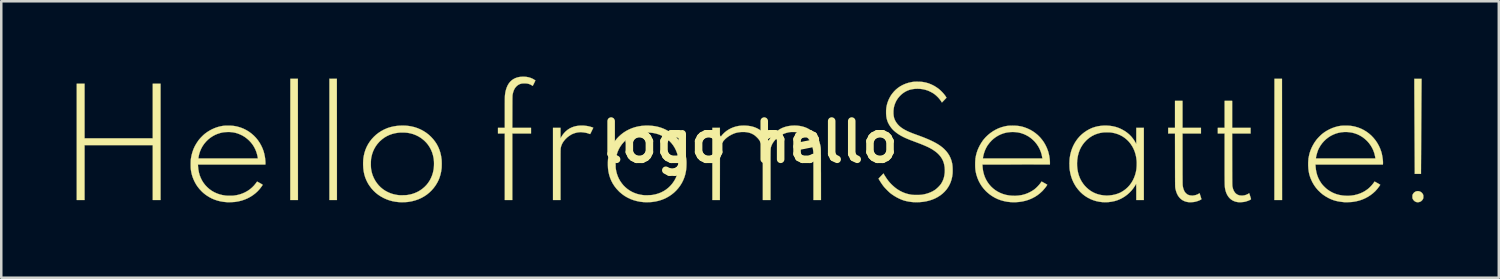
<source format=kicad_pcb>
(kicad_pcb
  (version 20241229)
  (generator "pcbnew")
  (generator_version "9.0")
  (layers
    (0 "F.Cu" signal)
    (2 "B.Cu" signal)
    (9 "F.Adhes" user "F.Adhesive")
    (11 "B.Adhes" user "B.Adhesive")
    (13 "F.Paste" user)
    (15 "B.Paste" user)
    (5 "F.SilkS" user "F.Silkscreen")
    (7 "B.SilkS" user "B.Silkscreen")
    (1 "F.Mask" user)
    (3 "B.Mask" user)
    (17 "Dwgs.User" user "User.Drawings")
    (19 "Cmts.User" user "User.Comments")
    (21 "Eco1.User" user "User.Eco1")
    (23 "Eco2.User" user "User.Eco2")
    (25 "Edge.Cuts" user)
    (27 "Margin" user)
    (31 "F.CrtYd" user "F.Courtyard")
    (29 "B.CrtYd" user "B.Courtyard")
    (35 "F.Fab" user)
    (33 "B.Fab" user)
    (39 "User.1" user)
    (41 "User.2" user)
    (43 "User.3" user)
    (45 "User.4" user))
  (footprint "logo hello"
    (layer "F.Cu")
    (at 26.794 2.603)
    (property "Reference" "logo hello" (at 0 0 0) (layer "F.SilkS") (effects (font (size 1.524 1.524) (thickness 0.3))))
    (attr through_hole)
    (fp_poly (pts (xy 21.195 2.309) (xy 20.89 2.309) (xy 20.893 -2.515) (xy 21.192 -2.515) (xy 21.195 2.309)) (stroke (width 0.01) (type solid)) (fill yes) (layer "F.SilkS"))
    (fp_poly (pts (xy -17.983 2.309) (xy -18.288 2.309) (xy -18.287 -0.103) (xy -18.285 -2.515) (xy -17.986 -2.515) (xy -17.983 2.309)) (stroke (width 0.01) (type solid)) (fill yes) (layer "F.SilkS"))
    (fp_poly (pts (xy -16.582 -2.516) (xy -16.434 -2.515) (xy -16.432 -0.103) (xy -16.431 2.309) (xy -16.73 2.309) (xy -16.73 -2.518) (xy -16.582 -2.516)) (stroke (width 0.01) (type solid)) (fill yes) (layer "F.SilkS"))
    (fp_poly (pts (xy -26.478 -0.147) (xy -23.763 -0.147) (xy -23.763 -2.32) (xy -23.453 -2.32) (xy -23.453 2.309) (xy -23.763 2.309) (xy -23.763 0.124) (xy -26.478 0.124) (xy -26.478 2.309) (xy -26.789 2.309) (xy -26.789 -2.32) (xy -26.478 -2.32) (xy -26.478 -0.147)) (stroke (width 0.01) (type solid)) (fill yes) (layer "F.SilkS"))
    (fp_poly (pts (xy 26.624 1.956) (xy 26.666 1.965) (xy 26.707 1.982) (xy 26.745 2.007) (xy 26.777 2.041) (xy 26.801 2.078) (xy 26.809 2.095) (xy 26.815 2.108) (xy 26.818 2.122) (xy 26.819 2.139) (xy 26.819 2.164) (xy 26.819 2.176) (xy 26.819 2.204) (xy 26.818 2.224) (xy 26.816 2.24) (xy 26.811 2.253) (xy 26.804 2.268) (xy 26.803 2.272) (xy 26.775 2.314) (xy 26.741 2.349) (xy 26.701 2.374) (xy 26.656 2.39) (xy 26.619 2.396) (xy 26.594 2.396) (xy 26.571 2.396) (xy 26.553 2.393) (xy 26.512 2.379) (xy 26.472 2.355) (xy 26.438 2.324) (xy 26.41 2.287) (xy 26.402 2.272) (xy 26.394 2.256) (xy 26.389 2.242) (xy 26.387 2.227) (xy 26.385 2.208) (xy 26.385 2.181) (xy 26.385 2.176) (xy 26.385 2.148) (xy 26.386 2.127) (xy 26.389 2.112) (xy 26.393 2.098) (xy 26.4 2.083) (xy 26.401 2.081) (xy 26.427 2.039) (xy 26.459 2.006) (xy 26.497 1.981) (xy 26.537 1.964) (xy 26.58 1.956) (xy 26.624 1.956)) (stroke (width 0.01) (type solid)) (fill yes) (layer "F.SilkS"))
    (fp_poly (pts (xy 26.746 -2.152) (xy 26.746 -2.113) (xy 26.745 -2.065) (xy 26.745 -2.007) (xy 26.744 -1.94) (xy 26.744 -1.866) (xy 26.743 -1.784) (xy 26.743 -1.696) (xy 26.742 -1.601) (xy 26.741 -1.501) (xy 26.741 -1.395) (xy 26.74 -1.286) (xy 26.739 -1.172) (xy 26.739 -1.056) (xy 26.738 -0.936) (xy 26.737 -0.815) (xy 26.736 -0.692) (xy 26.736 -0.569) (xy 26.735 -0.445) (xy 26.734 -0.322) (xy 26.733 -0.199) (xy 26.733 -0.079) (xy 26.732 0.04) (xy 26.731 0.156) (xy 26.731 0.268) (xy 26.73 0.376) (xy 26.73 0.48) (xy 26.729 0.579) (xy 26.729 0.672) (xy 26.728 0.758) (xy 26.728 0.837) (xy 26.727 0.909) (xy 26.727 0.973) (xy 26.727 1.027) (xy 26.727 1.073) (xy 26.726 1.108) (xy 26.726 1.133) (xy 26.726 1.136) (xy 26.726 1.27) (xy 26.478 1.27) (xy 26.478 1.127) (xy 26.478 1.109) (xy 26.478 1.08) (xy 26.478 1.041) (xy 26.477 0.992) (xy 26.477 0.934) (xy 26.477 0.867) (xy 26.476 0.792) (xy 26.476 0.71) (xy 26.476 0.62) (xy 26.475 0.525) (xy 26.475 0.423) (xy 26.474 0.316) (xy 26.473 0.204) (xy 26.473 0.087) (xy 26.472 -0.033) (xy 26.471 -0.157) (xy 26.471 -0.283) (xy 26.47 -0.411) (xy 26.47 -0.468) (xy 26.469 -0.6) (xy 26.468 -0.731) (xy 26.467 -0.86) (xy 26.467 -0.987) (xy 26.466 -1.112) (xy 26.466 -1.233) (xy 26.465 -1.35) (xy 26.464 -1.463) (xy 26.464 -1.571) (xy 26.463 -1.673) (xy 26.463 -1.769) (xy 26.463 -1.858) (xy 26.462 -1.94) (xy 26.462 -2.013) (xy 26.462 -2.078) (xy 26.461 -2.133) (xy 26.461 -2.179) (xy 26.461 -2.214) (xy 26.461 -2.22) (xy 26.461 -2.517) (xy 26.749 -2.517) (xy 26.746 -2.152)) (stroke (width 0.01) (type solid)) (fill yes) (layer "F.SilkS"))
    (fp_poly (pts (xy -6.604 -0.652) (xy -6.494 -0.64) (xy -6.457 -0.634) (xy -6.426 -0.628) (xy -6.39 -0.62) (xy -6.351 -0.61) (xy -6.314 -0.599) (xy -6.281 -0.589) (xy -6.255 -0.58) (xy -6.25 -0.578) (xy -6.226 -0.567) (xy -6.286 -0.442) (xy -6.303 -0.407) (xy -6.318 -0.376) (xy -6.332 -0.35) (xy -6.342 -0.331) (xy -6.349 -0.319) (xy -6.352 -0.316) (xy -6.36 -0.318) (xy -6.375 -0.323) (xy -6.393 -0.33) (xy -6.46 -0.353) (xy -6.534 -0.37) (xy -6.612 -0.382) (xy -6.691 -0.389) (xy -6.768 -0.389) (xy -6.839 -0.383) (xy -6.852 -0.381) (xy -6.893 -0.372) (xy -6.94 -0.36) (xy -6.987 -0.345) (xy -7.033 -0.328) (xy -7.072 -0.311) (xy -7.077 -0.308) (xy -7.112 -0.289) (xy -7.152 -0.264) (xy -7.193 -0.236) (xy -7.232 -0.208) (xy -7.265 -0.181) (xy -7.273 -0.174) (xy -7.341 -0.107) (xy -7.398 -0.038) (xy -7.445 0.032) (xy -7.481 0.105) (xy -7.508 0.181) (xy -7.518 0.225) (xy -7.52 0.232) (xy -7.521 0.239) (xy -7.522 0.247) (xy -7.523 0.256) (xy -7.524 0.266) (xy -7.525 0.279) (xy -7.526 0.294) (xy -7.526 0.313) (xy -7.527 0.335) (xy -7.528 0.361) (xy -7.528 0.392) (xy -7.528 0.429) (xy -7.529 0.471) (xy -7.529 0.519) (xy -7.529 0.574) (xy -7.529 0.636) (xy -7.529 0.706) (xy -7.53 0.784) (xy -7.53 0.871) (xy -7.53 0.968) (xy -7.53 1.074) (xy -7.53 1.191) (xy -7.53 1.295) (xy -7.53 2.309) (xy -7.829 2.309) (xy -7.829 -0.564) (xy -7.53 -0.564) (xy -7.53 -0.354) (xy -7.53 -0.144) (xy -7.507 -0.185) (xy -7.454 -0.271) (xy -7.393 -0.35) (xy -7.326 -0.42) (xy -7.252 -0.482) (xy -7.172 -0.535) (xy -7.087 -0.578) (xy -6.996 -0.611) (xy -6.915 -0.632) (xy -6.813 -0.648) (xy -6.71 -0.654) (xy -6.604 -0.652)) (stroke (width 0.01) (type solid)) (fill yes) (layer "F.SilkS"))
    (fp_poly (pts (xy -8.946 -2.597) (xy -8.904 -2.594) (xy -8.879 -2.591) (xy -8.788 -2.573) (xy -8.704 -2.546) (xy -8.626 -2.511) (xy -8.577 -2.481) (xy -8.53 -2.45) (xy -8.581 -2.342) (xy -8.597 -2.311) (xy -8.611 -2.283) (xy -8.623 -2.26) (xy -8.631 -2.244) (xy -8.636 -2.236) (xy -8.637 -2.235) (xy -8.643 -2.238) (xy -8.656 -2.246) (xy -8.672 -2.257) (xy -8.673 -2.257) (xy -8.723 -2.285) (xy -8.779 -2.308) (xy -8.827 -2.321) (xy -8.864 -2.328) (xy -8.909 -2.332) (xy -8.957 -2.334) (xy -9.005 -2.333) (xy -9.051 -2.33) (xy -9.089 -2.324) (xy -9.101 -2.321) (xy -9.163 -2.3) (xy -9.216 -2.271) (xy -9.265 -2.234) (xy -9.272 -2.228) (xy -9.311 -2.186) (xy -9.345 -2.141) (xy -9.374 -2.09) (xy -9.398 -2.032) (xy -9.419 -1.966) (xy -9.436 -1.892) (xy -9.437 -1.884) (xy -9.439 -1.874) (xy -9.44 -1.863) (xy -9.441 -1.85) (xy -9.442 -1.833) (xy -9.443 -1.813) (xy -9.443 -1.789) (xy -9.444 -1.759) (xy -9.445 -1.724) (xy -9.445 -1.683) (xy -9.446 -1.634) (xy -9.446 -1.578) (xy -9.446 -1.514) (xy -9.447 -1.441) (xy -9.447 -1.358) (xy -9.447 -1.266) (xy -9.447 -1.204) (xy -9.449 -0.564) (xy -8.704 -0.564) (xy -8.704 -0.339) (xy -9.449 -0.339) (xy -9.449 2.309) (xy -9.748 2.309) (xy -9.748 -0.339) (xy -10.019 -0.339) (xy -10.019 -0.564) (xy -9.748 -0.564) (xy -9.748 -1.184) (xy -9.748 -1.284) (xy -9.748 -1.374) (xy -9.748 -1.453) (xy -9.748 -1.524) (xy -9.747 -1.586) (xy -9.747 -1.639) (xy -9.747 -1.686) (xy -9.746 -1.726) (xy -9.745 -1.761) (xy -9.745 -1.79) (xy -9.744 -1.814) (xy -9.743 -1.835) (xy -9.742 -1.853) (xy -9.74 -1.868) (xy -9.739 -1.88) (xy -9.723 -1.988) (xy -9.699 -2.087) (xy -9.668 -2.178) (xy -9.631 -2.26) (xy -9.586 -2.333) (xy -9.534 -2.398) (xy -9.475 -2.454) (xy -9.409 -2.501) (xy -9.336 -2.539) (xy -9.257 -2.568) (xy -9.17 -2.588) (xy -9.169 -2.588) (xy -9.134 -2.593) (xy -9.091 -2.596) (xy -9.043 -2.598) (xy -8.994 -2.598) (xy -8.946 -2.597)) (stroke (width 0.01) (type solid)) (fill yes) (layer "F.SilkS"))
    (fp_poly (pts (xy 17.232 -0.564) (xy 17.966 -0.564) (xy 17.966 -0.339) (xy 17.232 -0.339) (xy 17.232 0.666) (xy 17.233 0.813) (xy 17.233 0.95) (xy 17.233 1.074) (xy 17.233 1.188) (xy 17.233 1.291) (xy 17.234 1.383) (xy 17.234 1.463) (xy 17.235 1.533) (xy 17.235 1.592) (xy 17.236 1.641) (xy 17.237 1.679) (xy 17.237 1.706) (xy 17.238 1.723) (xy 17.239 1.725) (xy 17.251 1.802) (xy 17.271 1.874) (xy 17.297 1.938) (xy 17.298 1.942) (xy 17.314 1.972) (xy 17.331 1.997) (xy 17.35 2.02) (xy 17.367 2.038) (xy 17.398 2.066) (xy 17.428 2.088) (xy 17.46 2.104) (xy 17.498 2.117) (xy 17.52 2.123) (xy 17.578 2.132) (xy 17.639 2.133) (xy 17.703 2.125) (xy 17.765 2.11) (xy 17.825 2.088) (xy 17.879 2.059) (xy 17.888 2.053) (xy 17.901 2.045) (xy 17.91 2.042) (xy 17.912 2.042) (xy 17.914 2.048) (xy 17.919 2.064) (xy 17.926 2.086) (xy 17.935 2.113) (xy 17.944 2.143) (xy 17.954 2.174) (xy 17.963 2.204) (xy 17.972 2.231) (xy 17.979 2.254) (xy 17.983 2.269) (xy 17.985 2.277) (xy 17.985 2.277) (xy 17.981 2.281) (xy 17.969 2.29) (xy 17.951 2.3) (xy 17.941 2.306) (xy 17.907 2.322) (xy 17.866 2.339) (xy 17.821 2.355) (xy 17.774 2.369) (xy 17.729 2.38) (xy 17.704 2.385) (xy 17.668 2.39) (xy 17.627 2.393) (xy 17.581 2.396) (xy 17.537 2.396) (xy 17.496 2.396) (xy 17.462 2.393) (xy 17.458 2.393) (xy 17.379 2.378) (xy 17.305 2.353) (xy 17.237 2.319) (xy 17.174 2.276) (xy 17.119 2.223) (xy 17.086 2.183) (xy 17.043 2.119) (xy 17.008 2.047) (xy 16.978 1.965) (xy 16.954 1.875) (xy 16.949 1.849) (xy 16.947 1.841) (xy 16.946 1.833) (xy 16.945 1.826) (xy 16.944 1.817) (xy 16.943 1.807) (xy 16.942 1.795) (xy 16.941 1.78) (xy 16.94 1.763) (xy 16.94 1.742) (xy 16.939 1.718) (xy 16.938 1.689) (xy 16.938 1.655) (xy 16.938 1.615) (xy 16.937 1.57) (xy 16.937 1.519) (xy 16.937 1.46) (xy 16.936 1.394) (xy 16.936 1.32) (xy 16.936 1.238) (xy 16.936 1.146) (xy 16.935 1.046) (xy 16.935 0.935) (xy 16.935 0.814) (xy 16.935 0.724) (xy 16.933 -0.339) (xy 16.662 -0.339) (xy 16.662 -0.564) (xy 16.933 -0.564) (xy 16.933 -1.637) (xy 17.232 -1.637) (xy 17.232 -0.564)) (stroke (width 0.01) (type solid)) (fill yes) (layer "F.SilkS"))
    (fp_poly (pts (xy 19.208 -0.564) (xy 19.942 -0.564) (xy 19.942 -0.339) (xy 19.208 -0.339) (xy 19.209 0.696) (xy 19.21 0.823) (xy 19.21 0.94) (xy 19.21 1.046) (xy 19.21 1.143) (xy 19.211 1.23) (xy 19.211 1.309) (xy 19.211 1.379) (xy 19.211 1.441) (xy 19.212 1.497) (xy 19.212 1.545) (xy 19.212 1.587) (xy 19.213 1.624) (xy 19.213 1.655) (xy 19.214 1.681) (xy 19.215 1.704) (xy 19.215 1.722) (xy 19.216 1.737) (xy 19.217 1.749) (xy 19.218 1.76) (xy 19.219 1.768) (xy 19.22 1.775) (xy 19.221 1.779) (xy 19.239 1.852) (xy 19.261 1.915) (xy 19.289 1.969) (xy 19.322 2.016) (xy 19.333 2.029) (xy 19.374 2.067) (xy 19.42 2.096) (xy 19.472 2.117) (xy 19.473 2.118) (xy 19.492 2.123) (xy 19.51 2.127) (xy 19.529 2.129) (xy 19.552 2.13) (xy 19.583 2.13) (xy 19.598 2.13) (xy 19.632 2.13) (xy 19.658 2.129) (xy 19.68 2.126) (xy 19.699 2.123) (xy 19.72 2.117) (xy 19.729 2.115) (xy 19.772 2.1) (xy 19.812 2.083) (xy 19.846 2.065) (xy 19.867 2.051) (xy 19.878 2.044) (xy 19.886 2.041) (xy 19.887 2.042) (xy 19.89 2.049) (xy 19.895 2.064) (xy 19.902 2.086) (xy 19.911 2.114) (xy 19.921 2.144) (xy 19.93 2.175) (xy 19.94 2.204) (xy 19.948 2.231) (xy 19.954 2.252) (xy 19.958 2.266) (xy 19.96 2.271) (xy 19.956 2.28) (xy 19.943 2.291) (xy 19.921 2.304) (xy 19.894 2.317) (xy 19.861 2.332) (xy 19.825 2.345) (xy 19.787 2.358) (xy 19.748 2.37) (xy 19.71 2.379) (xy 19.682 2.385) (xy 19.645 2.389) (xy 19.602 2.393) (xy 19.556 2.396) (xy 19.511 2.396) (xy 19.47 2.396) (xy 19.436 2.393) (xy 19.434 2.393) (xy 19.355 2.378) (xy 19.281 2.353) (xy 19.213 2.319) (xy 19.151 2.276) (xy 19.096 2.224) (xy 19.047 2.163) (xy 19.006 2.094) (xy 18.971 2.018) (xy 18.945 1.933) (xy 18.932 1.877) (xy 18.929 1.862) (xy 18.926 1.848) (xy 18.924 1.834) (xy 18.922 1.819) (xy 18.92 1.803) (xy 18.918 1.786) (xy 18.917 1.766) (xy 18.916 1.743) (xy 18.914 1.717) (xy 18.913 1.688) (xy 18.912 1.654) (xy 18.912 1.615) (xy 18.911 1.571) (xy 18.91 1.521) (xy 18.91 1.465) (xy 18.91 1.401) (xy 18.909 1.33) (xy 18.909 1.252) (xy 18.909 1.164) (xy 18.909 1.068) (xy 18.909 0.962) (xy 18.909 0.846) (xy 18.909 0.719) (xy 18.909 -0.339) (xy 18.638 -0.339) (xy 18.638 -0.564) (xy 18.909 -0.564) (xy 18.909 -1.637) (xy 19.208 -1.637) (xy 19.208 -0.564)) (stroke (width 0.01) (type solid)) (fill yes) (layer "F.SilkS"))
    (fp_poly (pts (xy 14.336 -0.645) (xy 14.455 -0.627) (xy 14.563 -0.602) (xy 14.623 -0.584) (xy 14.679 -0.564) (xy 14.735 -0.541) (xy 14.796 -0.512) (xy 14.817 -0.502) (xy 14.923 -0.442) (xy 15.021 -0.375) (xy 15.11 -0.301) (xy 15.191 -0.219) (xy 15.264 -0.129) (xy 15.33 -0.031) (xy 15.363 0.028) (xy 15.392 0.082) (xy 15.392 -0.241) (xy 15.392 -0.564) (xy 15.692 -0.564) (xy 15.692 2.309) (xy 15.392 2.309) (xy 15.392 1.983) (xy 15.392 1.909) (xy 15.392 1.845) (xy 15.391 1.79) (xy 15.39 1.744) (xy 15.39 1.709) (xy 15.389 1.683) (xy 15.388 1.669) (xy 15.386 1.665) (xy 15.386 1.665) (xy 15.382 1.673) (xy 15.372 1.688) (xy 15.36 1.709) (xy 15.345 1.733) (xy 15.344 1.736) (xy 15.278 1.836) (xy 15.203 1.93) (xy 15.121 2.016) (xy 15.032 2.095) (xy 14.937 2.166) (xy 14.836 2.228) (xy 14.731 2.281) (xy 14.622 2.324) (xy 14.532 2.351) (xy 14.406 2.377) (xy 14.282 2.393) (xy 14.156 2.398) (xy 14.035 2.393) (xy 13.91 2.377) (xy 13.788 2.351) (xy 13.671 2.314) (xy 13.558 2.268) (xy 13.45 2.211) (xy 13.348 2.146) (xy 13.251 2.071) (xy 13.161 1.987) (xy 13.078 1.894) (xy 13.001 1.794) (xy 12.952 1.717) (xy 12.892 1.608) (xy 12.842 1.496) (xy 12.801 1.379) (xy 12.768 1.256) (xy 12.745 1.126) (xy 12.741 1.103) (xy 12.737 1.064) (xy 12.734 1.016) (xy 12.732 0.962) (xy 12.731 0.905) (xy 12.731 0.845) (xy 12.731 0.839) (xy 13.034 0.839) (xy 13.036 0.96) (xy 13.048 1.08) (xy 13.069 1.197) (xy 13.099 1.31) (xy 13.139 1.418) (xy 13.165 1.476) (xy 13.216 1.57) (xy 13.274 1.657) (xy 13.339 1.739) (xy 13.409 1.812) (xy 13.492 1.885) (xy 13.579 1.949) (xy 13.67 2.002) (xy 13.767 2.047) (xy 13.87 2.082) (xy 13.978 2.108) (xy 14.093 2.125) (xy 14.21 2.133) (xy 14.224 2.133) (xy 14.246 2.132) (xy 14.274 2.13) (xy 14.305 2.128) (xy 14.311 2.128) (xy 14.427 2.115) (xy 14.537 2.093) (xy 14.64 2.062) (xy 14.738 2.023) (xy 14.788 1.998) (xy 14.884 1.94) (xy 14.972 1.874) (xy 15.054 1.8) (xy 15.128 1.718) (xy 15.194 1.628) (xy 15.252 1.532) (xy 15.301 1.429) (xy 15.342 1.32) (xy 15.374 1.205) (xy 15.393 1.108) (xy 15.399 1.062) (xy 15.403 1.008) (xy 15.407 0.949) (xy 15.408 0.888) (xy 15.409 0.829) (xy 15.407 0.774) (xy 15.404 0.731) (xy 15.388 0.606) (xy 15.362 0.488) (xy 15.327 0.376) (xy 15.283 0.271) (xy 15.238 0.184) (xy 15.175 0.087) (xy 15.105 -0.003) (xy 15.027 -0.083) (xy 14.943 -0.154) (xy 14.853 -0.217) (xy 14.756 -0.27) (xy 14.653 -0.314) (xy 14.545 -0.348) (xy 14.43 -0.372) (xy 14.388 -0.379) (xy 14.357 -0.382) (xy 14.318 -0.384) (xy 14.273 -0.385) (xy 14.225 -0.386) (xy 14.178 -0.385) (xy 14.132 -0.384) (xy 14.093 -0.382) (xy 14.061 -0.379) (xy 14.06 -0.379) (xy 13.945 -0.359) (xy 13.836 -0.329) (xy 13.732 -0.29) (xy 13.634 -0.24) (xy 13.541 -0.181) (xy 13.454 -0.113) (xy 13.394 -0.057) (xy 13.316 0.028) (xy 13.249 0.118) (xy 13.19 0.214) (xy 13.141 0.315) (xy 13.101 0.423) (xy 13.07 0.538) (xy 13.059 0.595) (xy 13.041 0.717) (xy 13.034 0.839) (xy 12.731 0.839) (xy 12.732 0.787) (xy 12.734 0.732) (xy 12.737 0.683) (xy 12.741 0.643) (xy 12.742 0.635) (xy 12.765 0.501) (xy 12.797 0.374) (xy 12.838 0.253) (xy 12.889 0.137) (xy 12.949 0.027) (xy 13.019 -0.079) (xy 13.07 -0.146) (xy 13.146 -0.232) (xy 13.231 -0.312) (xy 13.324 -0.386) (xy 13.422 -0.452) (xy 13.525 -0.51) (xy 13.63 -0.558) (xy 13.638 -0.561) (xy 13.745 -0.597) (xy 13.858 -0.625) (xy 13.975 -0.643) (xy 14.095 -0.653) (xy 14.216 -0.653) (xy 14.336 -0.645)) (stroke (width 0.01) (type solid)) (fill yes) (layer "F.SilkS"))
    (fp_poly (pts (xy 10.56 -0.65) (xy 10.643 -0.645) (xy 10.721 -0.636) (xy 10.795 -0.623) (xy 10.869 -0.605) (xy 10.931 -0.586) (xy 11.051 -0.542) (xy 11.166 -0.488) (xy 11.275 -0.425) (xy 11.377 -0.353) (xy 11.473 -0.273) (xy 11.561 -0.185) (xy 11.641 -0.09) (xy 11.714 0.013) (xy 11.777 0.122) (xy 11.832 0.238) (xy 11.878 0.359) (xy 11.881 0.369) (xy 11.899 0.433) (xy 11.916 0.503) (xy 11.93 0.576) (xy 11.941 0.649) (xy 11.949 0.72) (xy 11.953 0.785) (xy 11.954 0.838) (xy 11.952 0.895) (xy 10.609 0.896) (xy 9.267 0.897) (xy 9.27 0.958) (xy 9.277 1.039) (xy 9.286 1.111) (xy 9.297 1.174) (xy 9.326 1.288) (xy 9.364 1.396) (xy 9.412 1.499) (xy 9.469 1.596) (xy 9.534 1.686) (xy 9.607 1.77) (xy 9.688 1.846) (xy 9.777 1.915) (xy 9.872 1.975) (xy 9.973 2.026) (xy 10.08 2.069) (xy 10.193 2.102) (xy 10.216 2.107) (xy 10.333 2.128) (xy 10.453 2.139) (xy 10.575 2.141) (xy 10.695 2.133) (xy 10.813 2.116) (xy 10.853 2.108) (xy 10.966 2.077) (xy 11.076 2.035) (xy 11.181 1.984) (xy 11.282 1.924) (xy 11.334 1.887) (xy 11.373 1.855) (xy 11.415 1.817) (xy 11.458 1.775) (xy 11.5 1.73) (xy 11.539 1.686) (xy 11.573 1.643) (xy 11.6 1.605) (xy 11.602 1.602) (xy 11.612 1.587) (xy 11.62 1.577) (xy 11.623 1.575) (xy 11.629 1.577) (xy 11.643 1.585) (xy 11.663 1.596) (xy 11.687 1.609) (xy 11.715 1.625) (xy 11.744 1.641) (xy 11.772 1.657) (xy 11.798 1.671) (xy 11.819 1.684) (xy 11.835 1.693) (xy 11.843 1.698) (xy 11.844 1.699) (xy 11.844 1.706) (xy 11.837 1.721) (xy 11.824 1.741) (xy 11.807 1.766) (xy 11.786 1.795) (xy 11.762 1.826) (xy 11.735 1.858) (xy 11.708 1.89) (xy 11.681 1.921) (xy 11.654 1.95) (xy 11.645 1.959) (xy 11.551 2.045) (xy 11.451 2.122) (xy 11.344 2.189) (xy 11.232 2.248) (xy 11.114 2.297) (xy 10.992 2.336) (xy 10.864 2.366) (xy 10.732 2.386) (xy 10.597 2.396) (xy 10.458 2.396) (xy 10.386 2.393) (xy 10.251 2.378) (xy 10.121 2.352) (xy 9.995 2.317) (xy 9.874 2.272) (xy 9.758 2.216) (xy 9.648 2.151) (xy 9.543 2.076) (xy 9.444 1.992) (xy 9.403 1.953) (xy 9.318 1.86) (xy 9.241 1.76) (xy 9.173 1.653) (xy 9.114 1.541) (xy 9.066 1.424) (xy 9.027 1.303) (xy 9.017 1.262) (xy 9.004 1.204) (xy 8.994 1.15) (xy 8.987 1.096) (xy 8.982 1.039) (xy 8.979 0.977) (xy 8.978 0.906) (xy 8.978 0.895) (xy 8.979 0.809) (xy 8.983 0.732) (xy 8.99 0.66) (xy 8.991 0.655) (xy 9.284 0.655) (xy 11.654 0.655) (xy 11.646 0.605) (xy 11.623 0.493) (xy 11.589 0.385) (xy 11.546 0.281) (xy 11.494 0.183) (xy 11.433 0.09) (xy 11.364 0.004) (xy 11.287 -0.076) (xy 11.204 -0.148) (xy 11.114 -0.213) (xy 11.017 -0.268) (xy 10.915 -0.315) (xy 10.809 -0.352) (xy 10.764 -0.364) (xy 10.667 -0.384) (xy 10.564 -0.395) (xy 10.459 -0.398) (xy 10.354 -0.393) (xy 10.251 -0.38) (xy 10.222 -0.375) (xy 10.112 -0.347) (xy 10.005 -0.308) (xy 9.904 -0.26) (xy 9.807 -0.202) (xy 9.716 -0.135) (xy 9.632 -0.059) (xy 9.554 0.026) (xy 9.483 0.119) (xy 9.463 0.148) (xy 9.421 0.221) (xy 9.381 0.303) (xy 9.347 0.39) (xy 9.319 0.481) (xy 9.297 0.571) (xy 9.288 0.628) (xy 9.284 0.655) (xy 8.991 0.655) (xy 9 0.592) (xy 9.014 0.523) (xy 9.033 0.452) (xy 9.037 0.435) (xy 9.07 0.335) (xy 9.113 0.234) (xy 9.163 0.134) (xy 9.219 0.038) (xy 9.28 -0.053) (xy 9.318 -0.102) (xy 9.399 -0.194) (xy 9.489 -0.28) (xy 9.585 -0.358) (xy 9.687 -0.428) (xy 9.794 -0.49) (xy 9.904 -0.543) (xy 10.018 -0.585) (xy 10.133 -0.617) (xy 10.137 -0.618) (xy 10.186 -0.629) (xy 10.23 -0.637) (xy 10.272 -0.643) (xy 10.313 -0.647) (xy 10.358 -0.65) (xy 10.408 -0.651) (xy 10.467 -0.652) (xy 10.468 -0.652) (xy 10.56 -0.65)) (stroke (width 0.01) (type solid)) (fill yes) (layer "F.SilkS"))
    (fp_poly (pts (xy -3.896 -0.645) (xy -3.772 -0.629) (xy -3.654 -0.605) (xy -3.54 -0.572) (xy -3.428 -0.53) (xy -3.325 -0.482) (xy -3.226 -0.428) (xy -3.135 -0.369) (xy -3.049 -0.303) (xy -2.967 -0.229) (xy -2.943 -0.206) (xy -2.857 -0.113) (xy -2.781 -0.016) (xy -2.715 0.086) (xy -2.658 0.193) (xy -2.611 0.305) (xy -2.573 0.424) (xy -2.543 0.549) (xy -2.523 0.681) (xy -2.522 0.686) (xy -2.518 0.74) (xy -2.515 0.802) (xy -2.515 0.87) (xy -2.517 0.94) (xy -2.52 1.01) (xy -2.526 1.078) (xy -2.533 1.139) (xy -2.538 1.168) (xy -2.564 1.292) (xy -2.601 1.412) (xy -2.648 1.527) (xy -2.704 1.638) (xy -2.77 1.742) (xy -2.844 1.841) (xy -2.926 1.933) (xy -3.016 2.019) (xy -3.114 2.097) (xy -3.219 2.167) (xy -3.33 2.229) (xy -3.448 2.281) (xy -3.497 2.3) (xy -3.617 2.338) (xy -3.744 2.367) (xy -3.878 2.387) (xy -3.881 2.388) (xy -3.912 2.39) (xy -3.953 2.393) (xy -3.999 2.394) (xy -4.048 2.396) (xy -4.097 2.396) (xy -4.144 2.396) (xy -4.186 2.395) (xy -4.22 2.393) (xy -4.225 2.393) (xy -4.364 2.377) (xy -4.497 2.35) (xy -4.625 2.314) (xy -4.747 2.269) (xy -4.863 2.213) (xy -4.974 2.149) (xy -5.078 2.074) (xy -5.177 1.991) (xy -5.218 1.95) (xy -5.306 1.856) (xy -5.383 1.756) (xy -5.45 1.653) (xy -5.507 1.544) (xy -5.554 1.43) (xy -5.592 1.311) (xy -5.62 1.185) (xy -5.636 1.075) (xy -5.64 1.032) (xy -5.642 0.98) (xy -5.644 0.923) (xy -5.644 0.868) (xy -5.337 0.868) (xy -5.337 0.919) (xy -5.336 0.967) (xy -5.334 1.01) (xy -5.332 1.045) (xy -5.329 1.067) (xy -5.31 1.171) (xy -5.284 1.268) (xy -5.251 1.361) (xy -5.216 1.442) (xy -5.161 1.543) (xy -5.097 1.637) (xy -5.026 1.725) (xy -4.946 1.804) (xy -4.86 1.876) (xy -4.767 1.939) (xy -4.668 1.993) (xy -4.565 2.038) (xy -4.456 2.074) (xy -4.344 2.099) (xy -4.267 2.111) (xy -4.242 2.114) (xy -4.219 2.116) (xy -4.202 2.118) (xy -4.197 2.119) (xy -4.179 2.12) (xy -4.151 2.121) (xy -4.117 2.121) (xy -4.078 2.12) (xy -4.037 2.119) (xy -3.995 2.117) (xy -3.955 2.115) (xy -3.919 2.113) (xy -3.89 2.11) (xy -3.872 2.108) (xy -3.753 2.085) (xy -3.639 2.052) (xy -3.531 2.01) (xy -3.429 1.958) (xy -3.332 1.897) (xy -3.243 1.827) (xy -3.16 1.748) (xy -3.085 1.662) (xy -3.017 1.566) (xy -2.993 1.528) (xy -2.943 1.435) (xy -2.902 1.337) (xy -2.869 1.233) (xy -2.844 1.121) (xy -2.835 1.072) (xy -2.831 1.034) (xy -2.828 0.986) (xy -2.826 0.933) (xy -2.825 0.877) (xy -2.825 0.82) (xy -2.827 0.766) (xy -2.83 0.717) (xy -2.835 0.675) (xy -2.836 0.669) (xy -2.859 0.55) (xy -2.892 0.436) (xy -2.935 0.328) (xy -2.986 0.226) (xy -3.047 0.13) (xy -3.117 0.041) (xy -3.195 -0.041) (xy -3.281 -0.116) (xy -3.376 -0.183) (xy -3.41 -0.204) (xy -3.511 -0.258) (xy -3.617 -0.302) (xy -3.728 -0.336) (xy -3.844 -0.36) (xy -3.965 -0.374) (xy -4.081 -0.378) (xy -4.207 -0.373) (xy -4.328 -0.358) (xy -4.445 -0.333) (xy -4.556 -0.298) (xy -4.662 -0.253) (xy -4.763 -0.199) (xy -4.858 -0.135) (xy -4.947 -0.061) (xy -5.007 -0.002) (xy -5.082 0.085) (xy -5.148 0.178) (xy -5.205 0.277) (xy -5.252 0.382) (xy -5.29 0.494) (xy -5.318 0.612) (xy -5.327 0.658) (xy -5.33 0.687) (xy -5.333 0.725) (xy -5.335 0.769) (xy -5.337 0.818) (xy -5.337 0.868) (xy -5.644 0.868) (xy -5.644 0.864) (xy -5.644 0.804) (xy -5.642 0.748) (xy -5.639 0.698) (xy -5.636 0.666) (xy -5.615 0.535) (xy -5.585 0.41) (xy -5.545 0.291) (xy -5.495 0.177) (xy -5.435 0.068) (xy -5.366 -0.036) (xy -5.286 -0.135) (xy -5.219 -0.206) (xy -5.123 -0.294) (xy -5.022 -0.372) (xy -4.914 -0.441) (xy -4.801 -0.5) (xy -4.682 -0.55) (xy -4.558 -0.591) (xy -4.43 -0.621) (xy -4.297 -0.642) (xy -4.159 -0.652) (xy -4.027 -0.653) (xy -3.896 -0.645)) (stroke (width 0.01) (type solid)) (fill yes) (layer "F.SilkS"))
    (fp_poly (pts (xy -13.686 -0.65) (xy -13.562 -0.637) (xy -13.465 -0.62) (xy -13.338 -0.59) (xy -13.215 -0.548) (xy -13.096 -0.497) (xy -12.983 -0.436) (xy -12.875 -0.367) (xy -12.774 -0.288) (xy -12.686 -0.206) (xy -12.599 -0.112) (xy -12.522 -0.013) (xy -12.454 0.091) (xy -12.397 0.2) (xy -12.35 0.314) (xy -12.312 0.433) (xy -12.284 0.559) (xy -12.265 0.689) (xy -12.262 0.723) (xy -12.26 0.766) (xy -12.259 0.814) (xy -12.258 0.866) (xy -12.259 0.918) (xy -12.26 0.967) (xy -12.261 1.011) (xy -12.264 1.048) (xy -12.265 1.056) (xy -12.283 1.181) (xy -12.309 1.298) (xy -12.343 1.41) (xy -12.385 1.516) (xy -12.437 1.619) (xy -12.498 1.72) (xy -12.502 1.726) (xy -12.579 1.831) (xy -12.664 1.928) (xy -12.756 2.016) (xy -12.854 2.096) (xy -12.96 2.166) (xy -13.071 2.228) (xy -13.189 2.281) (xy -13.313 2.324) (xy -13.442 2.358) (xy -13.576 2.382) (xy -13.623 2.388) (xy -13.655 2.39) (xy -13.695 2.393) (xy -13.741 2.394) (xy -13.79 2.396) (xy -13.84 2.396) (xy -13.887 2.396) (xy -13.928 2.395) (xy -13.962 2.393) (xy -13.967 2.393) (xy -14.1 2.378) (xy -14.226 2.354) (xy -14.347 2.321) (xy -14.464 2.278) (xy -14.565 2.233) (xy -14.68 2.17) (xy -14.786 2.101) (xy -14.885 2.023) (xy -14.975 1.938) (xy -15.059 1.844) (xy -15.135 1.741) (xy -15.147 1.725) (xy -15.21 1.621) (xy -15.263 1.514) (xy -15.307 1.403) (xy -15.341 1.287) (xy -15.366 1.167) (xy -15.381 1.04) (xy -15.388 0.907) (xy -15.388 0.892) (xy -15.08 0.892) (xy -15.079 0.946) (xy -15.077 0.996) (xy -15.074 1.041) (xy -15.07 1.078) (xy -15.069 1.087) (xy -15.051 1.179) (xy -15.029 1.263) (xy -15.001 1.344) (xy -14.967 1.424) (xy -14.96 1.439) (xy -14.905 1.541) (xy -14.841 1.636) (xy -14.769 1.724) (xy -14.69 1.804) (xy -14.603 1.876) (xy -14.51 1.939) (xy -14.41 1.993) (xy -14.304 2.039) (xy -14.193 2.075) (xy -14.077 2.101) (xy -14.012 2.111) (xy -13.986 2.114) (xy -13.964 2.117) (xy -13.944 2.118) (xy -13.923 2.12) (xy -13.9 2.12) (xy -13.872 2.12) (xy -13.838 2.12) (xy -13.798 2.119) (xy -13.744 2.118) (xy -13.695 2.116) (xy -13.653 2.113) (xy -13.619 2.109) (xy -13.614 2.108) (xy -13.509 2.088) (xy -13.411 2.062) (xy -13.316 2.027) (xy -13.239 1.993) (xy -13.137 1.937) (xy -13.042 1.873) (xy -12.955 1.8) (xy -12.876 1.721) (xy -12.805 1.634) (xy -12.742 1.54) (xy -12.689 1.44) (xy -12.644 1.334) (xy -12.609 1.222) (xy -12.584 1.106) (xy -12.578 1.07) (xy -12.571 0.999) (xy -12.567 0.921) (xy -12.566 0.841) (xy -12.569 0.761) (xy -12.576 0.686) (xy -12.582 0.643) (xy -12.607 0.527) (xy -12.641 0.415) (xy -12.685 0.309) (xy -12.739 0.208) (xy -12.801 0.114) (xy -12.873 0.026) (xy -12.953 -0.055) (xy -13.042 -0.128) (xy -13.1 -0.17) (xy -13.196 -0.228) (xy -13.296 -0.276) (xy -13.401 -0.316) (xy -13.511 -0.346) (xy -13.606 -0.364) (xy -13.645 -0.369) (xy -13.692 -0.373) (xy -13.745 -0.376) (xy -13.801 -0.377) (xy -13.857 -0.377) (xy -13.91 -0.376) (xy -13.958 -0.373) (xy -13.989 -0.37) (xy -14.11 -0.351) (xy -14.226 -0.322) (xy -14.337 -0.283) (xy -14.441 -0.235) (xy -14.54 -0.177) (xy -14.632 -0.109) (xy -14.719 -0.032) (xy -14.744 -0.007) (xy -14.821 0.08) (xy -14.888 0.173) (xy -14.945 0.272) (xy -14.993 0.376) (xy -15.031 0.486) (xy -15.059 0.601) (xy -15.069 0.655) (xy -15.073 0.69) (xy -15.076 0.734) (xy -15.079 0.783) (xy -15.08 0.837) (xy -15.08 0.892) (xy -15.388 0.892) (xy -15.388 0.878) (xy -15.387 0.809) (xy -15.385 0.748) (xy -15.381 0.692) (xy -15.375 0.637) (xy -15.366 0.58) (xy -15.361 0.55) (xy -15.333 0.428) (xy -15.295 0.31) (xy -15.247 0.196) (xy -15.189 0.087) (xy -15.122 -0.016) (xy -15.047 -0.113) (xy -14.963 -0.204) (xy -14.872 -0.289) (xy -14.774 -0.365) (xy -14.668 -0.434) (xy -14.556 -0.495) (xy -14.438 -0.546) (xy -14.407 -0.558) (xy -14.298 -0.592) (xy -14.182 -0.619) (xy -14.061 -0.639) (xy -13.937 -0.65) (xy -13.811 -0.654) (xy -13.686 -0.65)) (stroke (width 0.01) (type solid)) (fill yes) (layer "F.SilkS"))
    (fp_poly (pts (xy 23.735 -0.651) (xy 23.803 -0.651) (xy 23.864 -0.648) (xy 23.918 -0.644) (xy 23.97 -0.637) (xy 24.022 -0.628) (xy 24.077 -0.617) (xy 24.105 -0.61) (xy 24.225 -0.575) (xy 24.34 -0.53) (xy 24.45 -0.475) (xy 24.555 -0.411) (xy 24.654 -0.338) (xy 24.747 -0.257) (xy 24.832 -0.168) (xy 24.911 -0.072) (xy 24.981 0.031) (xy 25.043 0.14) (xy 25.097 0.256) (xy 25.141 0.377) (xy 25.149 0.402) (xy 25.161 0.446) (xy 25.172 0.496) (xy 25.183 0.55) (xy 25.192 0.606) (xy 25.2 0.662) (xy 25.207 0.716) (xy 25.211 0.766) (xy 25.213 0.81) (xy 25.213 0.847) (xy 25.211 0.871) (xy 25.207 0.897) (xy 22.525 0.897) (xy 22.529 0.969) (xy 22.541 1.092) (xy 22.563 1.21) (xy 22.595 1.324) (xy 22.637 1.433) (xy 22.689 1.536) (xy 22.752 1.634) (xy 22.78 1.674) (xy 22.805 1.704) (xy 22.837 1.739) (xy 22.873 1.776) (xy 22.911 1.813) (xy 22.948 1.847) (xy 22.983 1.876) (xy 22.998 1.888) (xy 23.09 1.951) (xy 23.185 2.005) (xy 23.282 2.049) (xy 23.384 2.085) (xy 23.491 2.111) (xy 23.605 2.13) (xy 23.707 2.139) (xy 23.829 2.142) (xy 23.95 2.134) (xy 24.069 2.116) (xy 24.184 2.088) (xy 24.295 2.051) (xy 24.402 2.004) (xy 24.503 1.947) (xy 24.594 1.884) (xy 24.64 1.847) (xy 24.688 1.803) (xy 24.736 1.755) (xy 24.78 1.705) (xy 24.82 1.656) (xy 24.853 1.611) (xy 24.857 1.604) (xy 24.868 1.589) (xy 24.876 1.578) (xy 24.879 1.575) (xy 24.885 1.577) (xy 24.899 1.585) (xy 24.92 1.596) (xy 24.947 1.611) (xy 24.977 1.628) (xy 24.995 1.637) (xy 25.034 1.66) (xy 25.065 1.678) (xy 25.087 1.692) (xy 25.1 1.702) (xy 25.103 1.707) (xy 25.098 1.714) (xy 25.089 1.728) (xy 25.076 1.747) (xy 25.066 1.761) (xy 24.992 1.86) (xy 24.91 1.952) (xy 24.82 2.035) (xy 24.722 2.111) (xy 24.618 2.179) (xy 24.508 2.238) (xy 24.392 2.289) (xy 24.271 2.33) (xy 24.145 2.361) (xy 24.016 2.383) (xy 24.002 2.385) (xy 23.974 2.388) (xy 23.939 2.39) (xy 23.898 2.392) (xy 23.854 2.394) (xy 23.811 2.396) (xy 23.769 2.397) (xy 23.731 2.397) (xy 23.7 2.397) (xy 23.678 2.396) (xy 23.576 2.385) (xy 23.483 2.372) (xy 23.397 2.357) (xy 23.318 2.338) (xy 23.242 2.315) (xy 23.169 2.288) (xy 23.096 2.256) (xy 23.036 2.226) (xy 22.922 2.161) (xy 22.815 2.088) (xy 22.717 2.006) (xy 22.626 1.917) (xy 22.544 1.821) (xy 22.47 1.717) (xy 22.405 1.606) (xy 22.387 1.57) (xy 22.342 1.472) (xy 22.306 1.374) (xy 22.277 1.276) (xy 22.257 1.175) (xy 22.243 1.068) (xy 22.236 0.955) (xy 22.235 0.936) (xy 22.235 0.82) (xy 22.242 0.711) (xy 22.251 0.64) (xy 22.544 0.64) (xy 22.544 0.655) (xy 24.909 0.655) (xy 24.909 0.639) (xy 24.907 0.624) (xy 24.904 0.6) (xy 24.898 0.57) (xy 24.89 0.537) (xy 24.882 0.503) (xy 24.874 0.47) (xy 24.866 0.44) (xy 24.863 0.433) (xy 24.825 0.327) (xy 24.776 0.226) (xy 24.718 0.129) (xy 24.65 0.038) (xy 24.578 -0.043) (xy 24.491 -0.123) (xy 24.4 -0.193) (xy 24.303 -0.253) (xy 24.202 -0.303) (xy 24.097 -0.342) (xy 23.988 -0.372) (xy 23.875 -0.39) (xy 23.76 -0.399) (xy 23.642 -0.396) (xy 23.546 -0.386) (xy 23.437 -0.365) (xy 23.33 -0.334) (xy 23.228 -0.292) (xy 23.129 -0.242) (xy 23.036 -0.182) (xy 22.949 -0.114) (xy 22.868 -0.037) (xy 22.794 0.046) (xy 22.728 0.136) (xy 22.671 0.233) (xy 22.644 0.287) (xy 22.629 0.321) (xy 22.614 0.362) (xy 22.599 0.407) (xy 22.585 0.453) (xy 22.572 0.499) (xy 22.56 0.543) (xy 22.552 0.582) (xy 22.546 0.615) (xy 22.544 0.64) (xy 22.251 0.64) (xy 22.256 0.606) (xy 22.277 0.504) (xy 22.293 0.441) (xy 22.329 0.332) (xy 22.375 0.223) (xy 22.43 0.116) (xy 22.492 0.013) (xy 22.56 -0.082) (xy 22.571 -0.096) (xy 22.599 -0.129) (xy 22.633 -0.166) (xy 22.67 -0.206) (xy 22.71 -0.245) (xy 22.748 -0.282) (xy 22.784 -0.313) (xy 22.804 -0.33) (xy 22.893 -0.396) (xy 22.99 -0.456) (xy 23.091 -0.509) (xy 23.195 -0.555) (xy 23.3 -0.592) (xy 23.403 -0.62) (xy 23.416 -0.623) (xy 23.461 -0.632) (xy 23.5 -0.639) (xy 23.536 -0.644) (xy 23.573 -0.647) (xy 23.611 -0.65) (xy 23.655 -0.651) (xy 23.706 -0.651) (xy 23.735 -0.651)) (stroke (width 0.01) (type solid)) (fill yes) (layer "F.SilkS"))
    (fp_poly (pts (xy 1.887 -0.651) (xy 1.992 -0.639) (xy 2.095 -0.618) (xy 2.194 -0.589) (xy 2.286 -0.551) (xy 2.297 -0.546) (xy 2.385 -0.497) (xy 2.467 -0.439) (xy 2.543 -0.372) (xy 2.611 -0.297) (xy 2.671 -0.216) (xy 2.722 -0.129) (xy 2.758 -0.053) (xy 2.778 0.003) (xy 2.796 0.066) (xy 2.813 0.134) (xy 2.826 0.203) (xy 2.826 0.203) (xy 2.827 0.211) (xy 2.828 0.22) (xy 2.829 0.23) (xy 2.83 0.243) (xy 2.831 0.257) (xy 2.832 0.275) (xy 2.833 0.296) (xy 2.833 0.322) (xy 2.834 0.351) (xy 2.834 0.386) (xy 2.835 0.426) (xy 2.835 0.473) (xy 2.836 0.525) (xy 2.836 0.585) (xy 2.836 0.653) (xy 2.837 0.728) (xy 2.837 0.812) (xy 2.837 0.906) (xy 2.837 1.008) (xy 2.837 1.121) (xy 2.838 1.245) (xy 2.838 1.286) (xy 2.839 2.309) (xy 2.54 2.309) (xy 2.54 1.379) (xy 2.54 1.254) (xy 2.54 1.136) (xy 2.54 1.026) (xy 2.539 0.922) (xy 2.539 0.827) (xy 2.539 0.74) (xy 2.538 0.662) (xy 2.538 0.592) (xy 2.537 0.532) (xy 2.537 0.482) (xy 2.536 0.441) (xy 2.535 0.411) (xy 2.535 0.392) (xy 2.534 0.387) (xy 2.52 0.281) (xy 2.497 0.182) (xy 2.466 0.089) (xy 2.427 0.003) (xy 2.38 -0.076) (xy 2.326 -0.147) (xy 2.264 -0.21) (xy 2.195 -0.266) (xy 2.12 -0.312) (xy 2.038 -0.35) (xy 2.022 -0.355) (xy 1.982 -0.369) (xy 1.945 -0.38) (xy 1.907 -0.387) (xy 1.868 -0.393) (xy 1.824 -0.396) (xy 1.773 -0.397) (xy 1.736 -0.398) (xy 1.692 -0.398) (xy 1.657 -0.397) (xy 1.629 -0.396) (xy 1.606 -0.394) (xy 1.584 -0.391) (xy 1.562 -0.388) (xy 1.548 -0.385) (xy 1.445 -0.359) (xy 1.348 -0.323) (xy 1.256 -0.278) (xy 1.17 -0.222) (xy 1.09 -0.157) (xy 1.049 -0.119) (xy 0.99 -0.055) (xy 0.941 0.009) (xy 0.901 0.074) (xy 0.87 0.141) (xy 0.858 0.175) (xy 0.854 0.185) (xy 0.851 0.195) (xy 0.848 0.204) (xy 0.846 0.213) (xy 0.843 0.223) (xy 0.841 0.235) (xy 0.839 0.248) (xy 0.838 0.263) (xy 0.836 0.282) (xy 0.835 0.304) (xy 0.834 0.329) (xy 0.833 0.359) (xy 0.832 0.394) (xy 0.832 0.434) (xy 0.831 0.481) (xy 0.831 0.533) (xy 0.83 0.593) (xy 0.83 0.66) (xy 0.83 0.735) (xy 0.83 0.819) (xy 0.83 0.911) (xy 0.83 1.013) (xy 0.83 1.126) (xy 0.83 1.248) (xy 0.83 1.302) (xy 0.83 2.309) (xy 0.525 2.309) (xy 0.525 1.336) (xy 0.525 1.192) (xy 0.525 1.058) (xy 0.525 0.935) (xy 0.524 0.823) (xy 0.524 0.722) (xy 0.524 0.633) (xy 0.523 0.554) (xy 0.523 0.486) (xy 0.522 0.43) (xy 0.521 0.384) (xy 0.521 0.35) (xy 0.52 0.327) (xy 0.519 0.316) (xy 0.502 0.214) (xy 0.476 0.12) (xy 0.443 0.033) (xy 0.4 -0.049) (xy 0.381 -0.08) (xy 0.359 -0.109) (xy 0.331 -0.142) (xy 0.297 -0.177) (xy 0.262 -0.211) (xy 0.227 -0.243) (xy 0.194 -0.269) (xy 0.168 -0.287) (xy 0.098 -0.326) (xy 0.026 -0.356) (xy -0.05 -0.378) (xy -0.13 -0.392) (xy -0.216 -0.399) (xy -0.299 -0.399) (xy -0.391 -0.393) (xy -0.476 -0.38) (xy -0.557 -0.361) (xy -0.636 -0.333) (xy -0.715 -0.297) (xy -0.723 -0.293) (xy -0.812 -0.243) (xy -0.893 -0.187) (xy -0.965 -0.126) (xy -1.028 -0.06) (xy -1.082 0.01) (xy -1.126 0.084) (xy -1.159 0.161) (xy -1.167 0.183) (xy -1.183 0.234) (xy -1.184 1.271) (xy -1.186 2.309) (xy -1.484 2.309) (xy -1.484 -0.564) (xy -1.185 -0.564) (xy -1.185 -0.162) (xy -1.147 -0.213) (xy -1.079 -0.297) (xy -1.005 -0.371) (xy -0.925 -0.437) (xy -0.838 -0.494) (xy -0.75 -0.542) (xy -0.651 -0.583) (xy -0.55 -0.615) (xy -0.444 -0.638) (xy -0.334 -0.65) (xy -0.218 -0.654) (xy -0.181 -0.653) (xy -0.072 -0.645) (xy 0.03 -0.631) (xy 0.125 -0.609) (xy 0.215 -0.579) (xy 0.302 -0.541) (xy 0.305 -0.539) (xy 0.375 -0.5) (xy 0.443 -0.453) (xy 0.507 -0.401) (xy 0.566 -0.345) (xy 0.616 -0.288) (xy 0.624 -0.277) (xy 0.648 -0.243) (xy 0.673 -0.202) (xy 0.697 -0.158) (xy 0.718 -0.114) (xy 0.735 -0.076) (xy 0.735 -0.074) (xy 0.748 -0.04) (xy 0.775 -0.085) (xy 0.83 -0.167) (xy 0.892 -0.246) (xy 0.962 -0.321) (xy 1.037 -0.39) (xy 1.115 -0.452) (xy 1.196 -0.506) (xy 1.273 -0.548) (xy 1.365 -0.586) (xy 1.464 -0.616) (xy 1.567 -0.637) (xy 1.672 -0.65) (xy 1.779 -0.655) (xy 1.887 -0.651)) (stroke (width 0.01) (type solid)) (fill yes) (layer "F.SilkS"))
    (fp_poly (pts (xy -20.755 -0.651) (xy -20.686 -0.651) (xy -20.626 -0.648) (xy -20.571 -0.644) (xy -20.52 -0.637) (xy -20.468 -0.628) (xy -20.413 -0.617) (xy -20.385 -0.61) (xy -20.265 -0.575) (xy -20.15 -0.53) (xy -20.039 -0.474) (xy -19.933 -0.41) (xy -19.833 -0.336) (xy -19.74 -0.255) (xy -19.653 -0.165) (xy -19.575 -0.068) (xy -19.504 0.037) (xy -19.445 0.143) (xy -19.395 0.249) (xy -19.355 0.355) (xy -19.324 0.465) (xy -19.301 0.579) (xy -19.29 0.65) (xy -19.286 0.688) (xy -19.282 0.728) (xy -19.279 0.768) (xy -19.277 0.805) (xy -19.276 0.837) (xy -19.277 0.862) (xy -19.278 0.877) (xy -19.282 0.897) (xy -21.964 0.897) (xy -21.96 0.966) (xy -21.948 1.09) (xy -21.926 1.209) (xy -21.895 1.322) (xy -21.853 1.429) (xy -21.802 1.531) (xy -21.742 1.627) (xy -21.672 1.717) (xy -21.595 1.798) (xy -21.509 1.874) (xy -21.418 1.94) (xy -21.322 1.996) (xy -21.22 2.043) (xy -21.112 2.082) (xy -20.997 2.111) (xy -20.879 2.131) (xy -20.837 2.135) (xy -20.788 2.138) (xy -20.734 2.14) (xy -20.678 2.14) (xy -20.623 2.14) (xy -20.573 2.137) (xy -20.534 2.134) (xy -20.416 2.115) (xy -20.301 2.087) (xy -20.191 2.049) (xy -20.086 2.002) (xy -19.986 1.946) (xy -19.893 1.882) (xy -19.807 1.809) (xy -19.728 1.729) (xy -19.657 1.641) (xy -19.631 1.604) (xy -19.617 1.586) (xy -19.607 1.578) (xy -19.603 1.578) (xy -19.596 1.582) (xy -19.58 1.59) (xy -19.558 1.602) (xy -19.531 1.617) (xy -19.5 1.634) (xy -19.489 1.641) (xy -19.451 1.662) (xy -19.421 1.68) (xy -19.4 1.694) (xy -19.389 1.703) (xy -19.387 1.707) (xy -19.391 1.714) (xy -19.401 1.728) (xy -19.414 1.747) (xy -19.427 1.767) (xy -19.5 1.864) (xy -19.582 1.955) (xy -19.672 2.038) (xy -19.769 2.113) (xy -19.872 2.18) (xy -19.982 2.239) (xy -20.098 2.289) (xy -20.218 2.33) (xy -20.343 2.361) (xy -20.472 2.383) (xy -20.487 2.385) (xy -20.517 2.388) (xy -20.555 2.39) (xy -20.598 2.393) (xy -20.643 2.395) (xy -20.689 2.396) (xy -20.733 2.397) (xy -20.772 2.397) (xy -20.803 2.396) (xy -20.817 2.395) (xy -20.948 2.382) (xy -21.072 2.361) (xy -21.19 2.332) (xy -21.302 2.294) (xy -21.409 2.249) (xy -21.513 2.194) (xy -21.596 2.142) (xy -21.654 2.103) (xy -21.704 2.064) (xy -21.752 2.025) (xy -21.799 1.981) (xy -21.827 1.953) (xy -21.907 1.867) (xy -21.977 1.779) (xy -22.04 1.685) (xy -22.096 1.583) (xy -22.104 1.566) (xy -22.143 1.481) (xy -22.175 1.398) (xy -22.201 1.316) (xy -22.222 1.229) (xy -22.24 1.136) (xy -22.24 1.132) (xy -22.244 1.106) (xy -22.247 1.082) (xy -22.249 1.058) (xy -22.251 1.031) (xy -22.252 1) (xy -22.252 0.963) (xy -22.253 0.917) (xy -22.253 0.889) (xy -22.253 0.838) (xy -22.252 0.797) (xy -22.251 0.763) (xy -22.25 0.734) (xy -22.248 0.708) (xy -22.246 0.684) (xy -22.242 0.66) (xy -22.242 0.655) (xy -21.947 0.655) (xy -19.581 0.655) (xy -19.581 0.64) (xy -19.582 0.622) (xy -19.586 0.596) (xy -19.593 0.564) (xy -19.601 0.528) (xy -19.611 0.49) (xy -19.621 0.453) (xy -19.631 0.419) (xy -19.634 0.409) (xy -19.674 0.305) (xy -19.724 0.206) (xy -19.783 0.111) (xy -19.851 0.023) (xy -19.926 -0.058) (xy -20.009 -0.132) (xy -20.098 -0.199) (xy -20.193 -0.257) (xy -20.294 -0.305) (xy -20.399 -0.345) (xy -20.466 -0.364) (xy -20.525 -0.377) (xy -20.582 -0.387) (xy -20.64 -0.393) (xy -20.703 -0.397) (xy -20.76 -0.397) (xy -20.834 -0.396) (xy -20.9 -0.391) (xy -20.961 -0.384) (xy -21.022 -0.372) (xy -21.067 -0.361) (xy -21.176 -0.327) (xy -21.28 -0.284) (xy -21.379 -0.23) (xy -21.472 -0.168) (xy -21.559 -0.098) (xy -21.638 -0.02) (xy -21.71 0.065) (xy -21.774 0.157) (xy -21.829 0.255) (xy -21.875 0.359) (xy -21.903 0.44) (xy -21.913 0.478) (xy -21.924 0.521) (xy -21.933 0.565) (xy -21.94 0.605) (xy -21.943 0.625) (xy -21.947 0.655) (xy -22.242 0.655) (xy -22.24 0.646) (xy -22.215 0.516) (xy -22.18 0.391) (xy -22.137 0.272) (xy -22.083 0.157) (xy -22.018 0.046) (xy -21.944 -0.063) (xy -21.923 -0.09) (xy -21.897 -0.121) (xy -21.866 -0.157) (xy -21.829 -0.195) (xy -21.791 -0.234) (xy -21.753 -0.271) (xy -21.717 -0.303) (xy -21.686 -0.329) (xy -21.598 -0.394) (xy -21.504 -0.453) (xy -21.405 -0.506) (xy -21.304 -0.551) (xy -21.202 -0.588) (xy -21.102 -0.616) (xy -21.07 -0.623) (xy -21.025 -0.632) (xy -20.987 -0.639) (xy -20.951 -0.644) (xy -20.917 -0.647) (xy -20.881 -0.65) (xy -20.841 -0.651) (xy -20.794 -0.651) (xy -20.755 -0.651)) (stroke (width 0.01) (type solid)) (fill yes) (layer "F.SilkS"))
    (fp_poly (pts (xy 6.688 -2.401) (xy 6.743 -2.4) (xy 6.796 -2.398) (xy 6.844 -2.395) (xy 6.887 -2.39) (xy 6.901 -2.388) (xy 7.018 -2.365) (xy 7.131 -2.332) (xy 7.241 -2.287) (xy 7.349 -2.233) (xy 7.453 -2.167) (xy 7.507 -2.129) (xy 7.552 -2.093) (xy 7.599 -2.051) (xy 7.645 -2.006) (xy 7.69 -1.959) (xy 7.732 -1.911) (xy 7.769 -1.865) (xy 7.8 -1.822) (xy 7.82 -1.789) (xy 7.835 -1.762) (xy 7.746 -1.668) (xy 7.721 -1.642) (xy 7.698 -1.618) (xy 7.679 -1.598) (xy 7.665 -1.584) (xy 7.656 -1.576) (xy 7.654 -1.575) (xy 7.65 -1.579) (xy 7.642 -1.591) (xy 7.631 -1.608) (xy 7.629 -1.612) (xy 7.599 -1.658) (xy 7.561 -1.706) (xy 7.518 -1.757) (xy 7.47 -1.806) (xy 7.421 -1.852) (xy 7.372 -1.893) (xy 7.343 -1.915) (xy 7.305 -1.94) (xy 7.26 -1.967) (xy 7.21 -1.993) (xy 7.159 -2.018) (xy 7.112 -2.04) (xy 7.083 -2.051) (xy 6.987 -2.081) (xy 6.887 -2.103) (xy 6.784 -2.116) (xy 6.68 -2.12) (xy 6.577 -2.116) (xy 6.476 -2.103) (xy 6.38 -2.081) (xy 6.348 -2.071) (xy 6.263 -2.038) (xy 6.18 -1.994) (xy 6.101 -1.941) (xy 6.027 -1.88) (xy 5.96 -1.811) (xy 5.899 -1.736) (xy 5.847 -1.655) (xy 5.825 -1.614) (xy 5.786 -1.526) (xy 5.757 -1.439) (xy 5.737 -1.35) (xy 5.727 -1.257) (xy 5.725 -1.219) (xy 5.725 -1.135) (xy 5.731 -1.058) (xy 5.743 -0.989) (xy 5.762 -0.924) (xy 5.788 -0.862) (xy 5.822 -0.802) (xy 5.831 -0.788) (xy 5.866 -0.738) (xy 5.905 -0.692) (xy 5.947 -0.648) (xy 5.994 -0.606) (xy 6.046 -0.566) (xy 6.104 -0.527) (xy 6.169 -0.489) (xy 6.241 -0.451) (xy 6.321 -0.413) (xy 6.411 -0.375) (xy 6.509 -0.336) (xy 6.619 -0.296) (xy 6.641 -0.288) (xy 6.78 -0.237) (xy 6.908 -0.189) (xy 7.026 -0.141) (xy 7.135 -0.095) (xy 7.235 -0.049) (xy 7.327 -0.004) (xy 7.411 0.041) (xy 7.488 0.086) (xy 7.559 0.131) (xy 7.623 0.178) (xy 7.683 0.225) (xy 7.737 0.273) (xy 7.749 0.285) (xy 7.826 0.366) (xy 7.892 0.451) (xy 7.948 0.54) (xy 7.994 0.634) (xy 8.031 0.733) (xy 8.058 0.838) (xy 8.069 0.9) (xy 8.073 0.936) (xy 8.077 0.98) (xy 8.08 1.03) (xy 8.081 1.083) (xy 8.082 1.136) (xy 8.081 1.187) (xy 8.08 1.232) (xy 8.078 1.262) (xy 8.062 1.381) (xy 8.036 1.493) (xy 8.002 1.599) (xy 7.957 1.7) (xy 7.903 1.796) (xy 7.839 1.887) (xy 7.83 1.899) (xy 7.755 1.983) (xy 7.673 2.06) (xy 7.582 2.13) (xy 7.484 2.192) (xy 7.379 2.247) (xy 7.268 2.293) (xy 7.151 2.331) (xy 7.029 2.361) (xy 6.902 2.382) (xy 6.771 2.394) (xy 6.636 2.398) (xy 6.502 2.393) (xy 6.415 2.384) (xy 6.327 2.371) (xy 6.242 2.354) (xy 6.162 2.334) (xy 6.131 2.325) (xy 6.047 2.294) (xy 5.959 2.256) (xy 5.87 2.212) (xy 5.783 2.162) (xy 5.7 2.109) (xy 5.623 2.054) (xy 5.605 2.04) (xy 5.576 2.016) (xy 5.543 1.985) (xy 5.505 1.949) (xy 5.467 1.911) (xy 5.429 1.872) (xy 5.393 1.834) (xy 5.362 1.8) (xy 5.337 1.77) (xy 5.335 1.768) (xy 5.304 1.727) (xy 5.27 1.68) (xy 5.235 1.628) (xy 5.201 1.576) (xy 5.17 1.526) (xy 5.162 1.512) (xy 5.131 1.46) (xy 5.149 1.44) (xy 5.158 1.429) (xy 5.174 1.413) (xy 5.194 1.391) (xy 5.218 1.366) (xy 5.244 1.34) (xy 5.247 1.336) (xy 5.327 1.253) (xy 5.353 1.297) (xy 5.374 1.333) (xy 5.401 1.375) (xy 5.43 1.419) (xy 5.459 1.463) (xy 5.488 1.503) (xy 5.514 1.538) (xy 5.525 1.552) (xy 5.578 1.615) (xy 5.637 1.678) (xy 5.701 1.739) (xy 5.766 1.796) (xy 5.83 1.847) (xy 5.875 1.879) (xy 5.977 1.942) (xy 6.081 1.994) (xy 6.187 2.037) (xy 6.298 2.07) (xy 6.414 2.094) (xy 6.457 2.101) (xy 6.49 2.104) (xy 6.531 2.106) (xy 6.579 2.108) (xy 6.631 2.108) (xy 6.684 2.108) (xy 6.736 2.107) (xy 6.785 2.105) (xy 6.828 2.102) (xy 6.862 2.098) (xy 6.866 2.098) (xy 6.979 2.076) (xy 7.087 2.046) (xy 7.189 2.008) (xy 7.284 1.964) (xy 7.369 1.913) (xy 7.411 1.882) (xy 7.456 1.844) (xy 7.501 1.802) (xy 7.544 1.758) (xy 7.583 1.714) (xy 7.615 1.672) (xy 7.622 1.662) (xy 7.667 1.585) (xy 7.704 1.504) (xy 7.732 1.42) (xy 7.752 1.329) (xy 7.765 1.232) (xy 7.767 1.208) (xy 7.769 1.105) (xy 7.763 1.005) (xy 7.747 0.909) (xy 7.724 0.819) (xy 7.692 0.735) (xy 7.652 0.658) (xy 7.648 0.652) (xy 7.599 0.579) (xy 7.543 0.512) (xy 7.48 0.449) (xy 7.408 0.389) (xy 7.331 0.334) (xy 7.292 0.308) (xy 7.253 0.284) (xy 7.213 0.261) (xy 7.17 0.238) (xy 7.125 0.214) (xy 7.076 0.191) (xy 7.023 0.167) (xy 6.964 0.141) (xy 6.9 0.114) (xy 6.828 0.085) (xy 6.749 0.054) (xy 6.661 0.021) (xy 6.563 -0.016) (xy 6.502 -0.039) (xy 6.396 -0.079) (xy 6.3 -0.118) (xy 6.213 -0.155) (xy 6.134 -0.192) (xy 6.061 -0.23) (xy 5.994 -0.267) (xy 5.932 -0.306) (xy 5.873 -0.346) (xy 5.847 -0.365) (xy 5.786 -0.413) (xy 5.734 -0.459) (xy 5.687 -0.506) (xy 5.645 -0.555) (xy 5.603 -0.611) (xy 5.587 -0.634) (xy 5.542 -0.708) (xy 5.505 -0.781) (xy 5.477 -0.857) (xy 5.455 -0.936) (xy 5.441 -1.02) (xy 5.433 -1.112) (xy 5.432 -1.143) (xy 5.432 -1.258) (xy 5.442 -1.368) (xy 5.462 -1.473) (xy 5.491 -1.575) (xy 5.53 -1.675) (xy 5.546 -1.71) (xy 5.574 -1.765) (xy 5.6 -1.812) (xy 5.626 -1.856) (xy 5.656 -1.899) (xy 5.673 -1.922) (xy 5.746 -2.01) (xy 5.826 -2.09) (xy 5.913 -2.161) (xy 6.008 -2.224) (xy 6.109 -2.278) (xy 6.216 -2.323) (xy 6.329 -2.359) (xy 6.448 -2.385) (xy 6.505 -2.394) (xy 6.541 -2.398) (xy 6.584 -2.4) (xy 6.635 -2.402) (xy 6.688 -2.401)) (stroke (width 0.01) (type solid)) (fill yes) (layer "F.SilkS")))
  (gr_rect
    (start -3 -3)
    (end 56.618 8.006)
    (stroke (width 0.1) (type default))
    (fill no)
    (layer "Edge.Cuts")))
</source>
